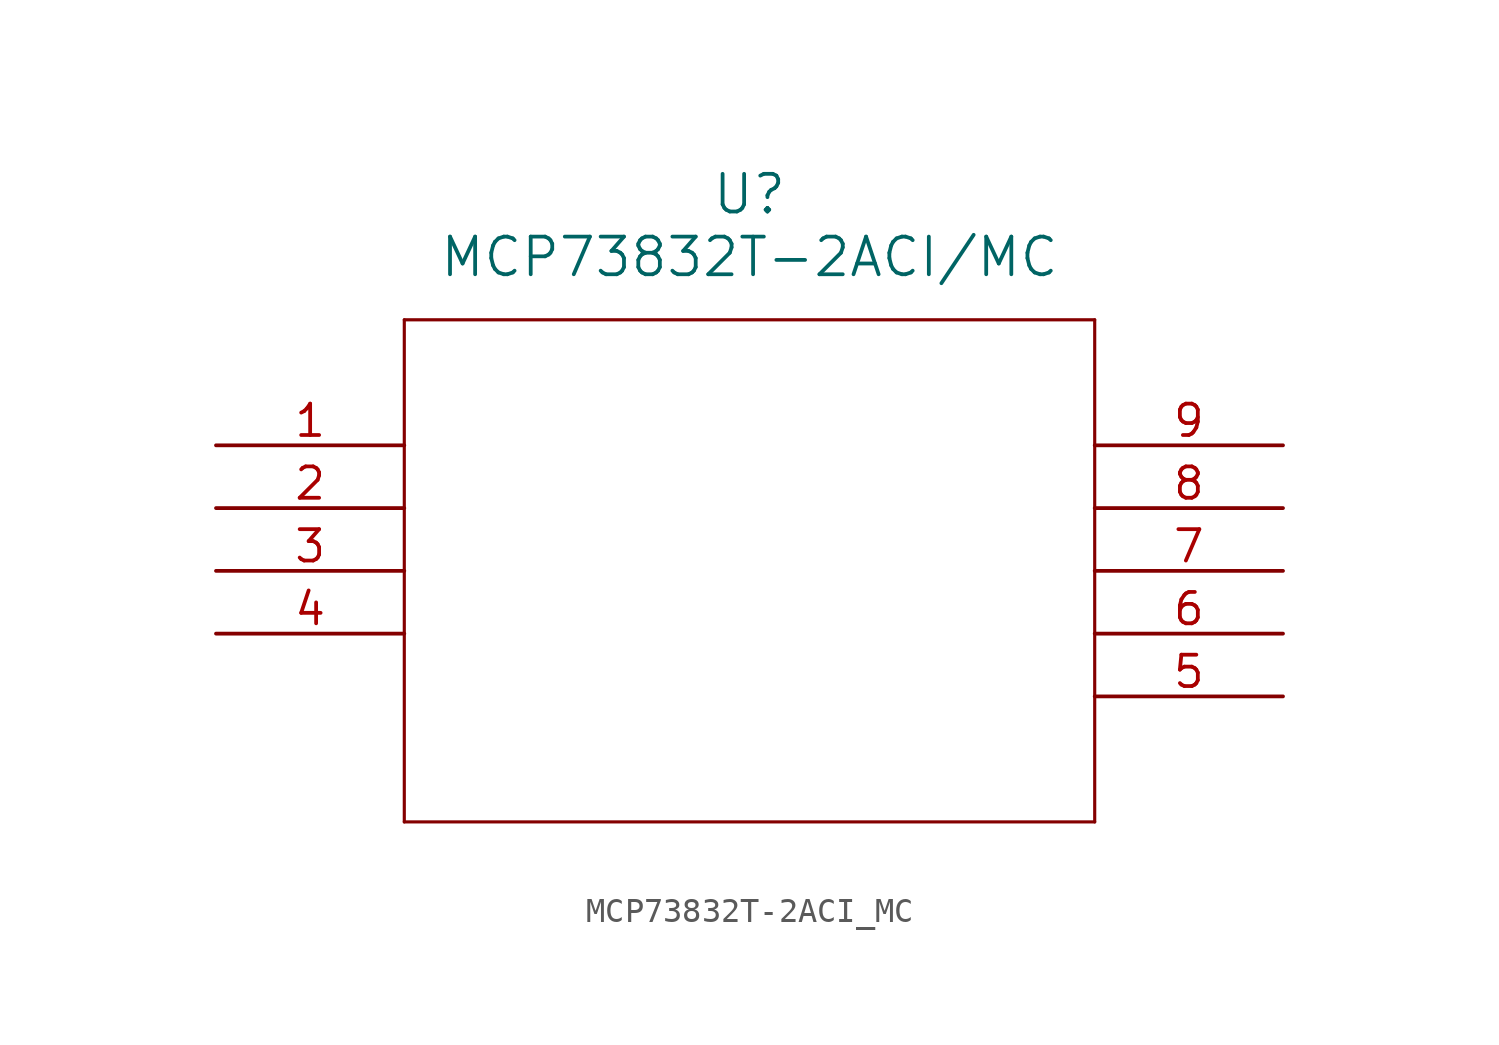
<source format=kicad_sym>
(kicad_symbol_lib
  (version 20211014)
  (generator kicad_symbol_editor)
  (symbol "MCP73832T-2ACI_MC"
    (pin_names
      (offset 0.254))
    (property "Reference" "U"
      (at 21.59 10.16 0)
      (effects (font (size 1.524 1.524))))
    (property "Value" "MCP73832T-2ACI/MC"
      (at 21.59 7.62 0)
      (effects (font (size 1.524 1.524))))
    (symbol "MCP73832T-2ACI_MC_0_1"
      (polyline (pts (xy 7.62 5.08) (xy 7.62 -15.24)) (stroke (width 0.127) (type default) (color 0 0 0 0)) (fill (type none)))
      (polyline (pts (xy 7.62 -15.24) (xy 35.56 -15.24)) (stroke (width 0.127) (type default) (color 0 0 0 0)) (fill (type none)))
      (polyline (pts (xy 35.56 -15.24) (xy 35.56 5.08)) (stroke (width 0.127) (type default) (color 0 0 0 0)) (fill (type none)))
      (polyline (pts (xy 35.56 5.08) (xy 7.62 5.08)) (stroke (width 0.127) (type default) (color 0 0 0 0)) (fill (type none)))
      (pin unspecified line (at 0 0 0) (length 7.62) (name "" (effects (font (size 1.27 1.27)))) (number "1" (effects (font (size 1.27 1.27)))))
      (pin unspecified line (at 0 -2.54 0) (length 7.62) (name "" (effects (font (size 1.27 1.27)))) (number "2" (effects (font (size 1.27 1.27)))))
      (pin unspecified line (at 0 -5.08 0) (length 7.62) (name "" (effects (font (size 1.27 1.27)))) (number "3" (effects (font (size 1.27 1.27)))))
      (pin unspecified line (at 0 -7.62 0) (length 7.62) (name "" (effects (font (size 1.27 1.27)))) (number "4" (effects (font (size 1.27 1.27)))))
      (pin unspecified line (at 43.18 -10.16 180) (length 7.62) (name "" (effects (font (size 1.27 1.27)))) (number "5" (effects (font (size 1.27 1.27)))))
      (pin unspecified line (at 43.18 -7.62 180) (length 7.62) (name "" (effects (font (size 1.27 1.27)))) (number "6" (effects (font (size 1.27 1.27)))))
      (pin unspecified line (at 43.18 -5.08 180) (length 7.62) (name "" (effects (font (size 1.27 1.27)))) (number "7" (effects (font (size 1.27 1.27)))))
      (pin unspecified line (at 43.18 -2.54 180) (length 7.62) (name "" (effects (font (size 1.27 1.27)))) (number "8" (effects (font (size 1.27 1.27)))))
      (pin unspecified line (at 43.18 0 180) (length 7.62) (name "" (effects (font (size 1.27 1.27)))) (number "9" (effects (font (size 1.27 1.27))))))))
</source>
